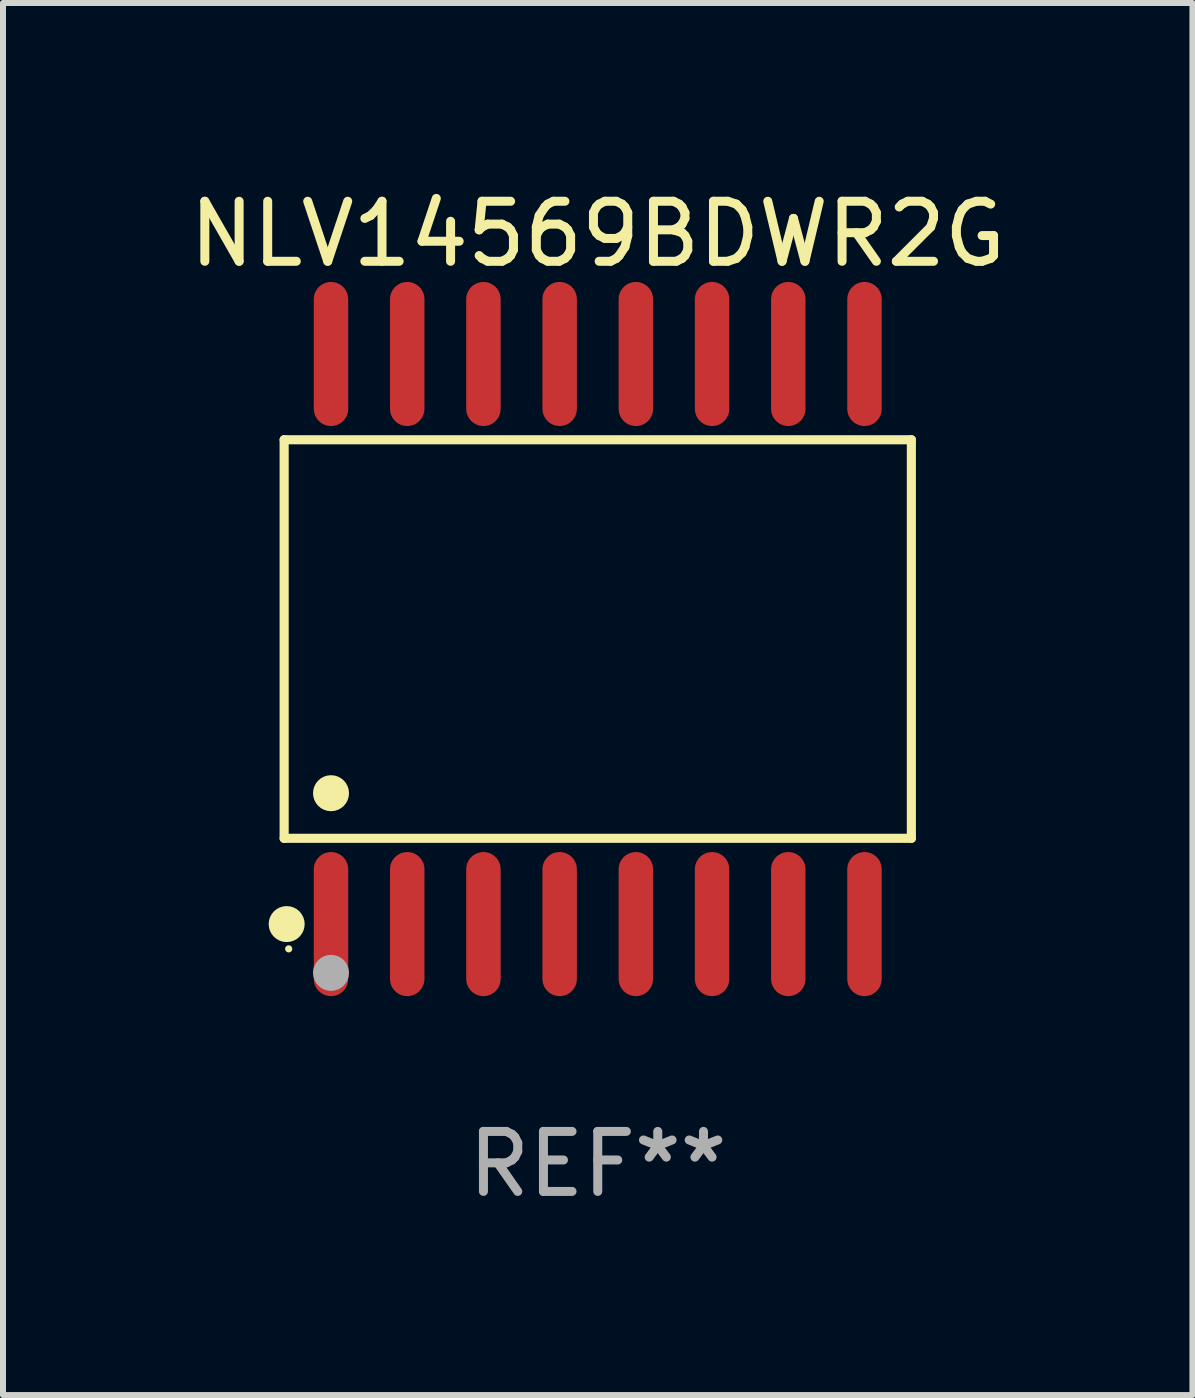
<source format=kicad_pcb>
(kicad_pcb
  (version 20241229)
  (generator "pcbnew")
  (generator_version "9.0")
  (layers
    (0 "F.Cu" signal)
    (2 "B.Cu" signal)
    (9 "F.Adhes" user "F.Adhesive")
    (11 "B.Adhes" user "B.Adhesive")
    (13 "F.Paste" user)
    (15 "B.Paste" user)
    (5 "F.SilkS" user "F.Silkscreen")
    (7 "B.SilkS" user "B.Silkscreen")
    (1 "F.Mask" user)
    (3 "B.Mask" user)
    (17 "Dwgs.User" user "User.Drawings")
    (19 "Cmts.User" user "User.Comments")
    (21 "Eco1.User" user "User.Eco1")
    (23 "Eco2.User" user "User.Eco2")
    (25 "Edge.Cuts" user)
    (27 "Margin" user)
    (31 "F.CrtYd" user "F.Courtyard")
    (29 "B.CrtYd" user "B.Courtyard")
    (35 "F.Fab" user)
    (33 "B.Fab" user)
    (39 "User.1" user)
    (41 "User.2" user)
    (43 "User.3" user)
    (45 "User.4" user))
  (footprint "NLV14569BDWR2G"
    (layer "F.Cu")
    (at 6.911 7.599)
    (property "Reference" "NLV14569BDWR2G" (at 0 -6.75 0) (layer "F.SilkS") (effects (font (size 1 1) (thickness 0.15))))
    (attr through_hole)
    (fp_line (start -5.226 -3.321) (end 5.226 -3.321) (stroke (width 0.152) (type solid)) (layer "F.SilkS"))
    (fp_line (start -5.226 3.321) (end -5.226 -3.321) (stroke (width 0.152) (type solid)) (layer "F.SilkS"))
    (fp_line (start 5.226 -3.321) (end 5.226 3.321) (stroke (width 0.152) (type solid)) (layer "F.SilkS"))
    (fp_line (start 5.226 3.321) (end -5.226 3.321) (stroke (width 0.152) (type solid)) (layer "F.SilkS"))
    (fp_circle (center -5.184 4.75) (end -5.034 4.75) (stroke (width 0.3) (type solid)) (fill no) (layer "F.SilkS"))
    (fp_circle (center -5.15 5.163) (end -5.12 5.163) (stroke (width 0.06) (type solid)) (fill no) (layer "F.SilkS"))
    (fp_circle (center -4.445 2.569) (end -4.295 2.569) (stroke (width 0.3) (type solid)) (fill no) (layer "F.SilkS"))
    (fp_circle (center -4.445 5.563) (end -4.295 5.563) (stroke (width 0.3) (type solid)) (fill no) (layer "F.Fab"))
    (fp_text user "REF**" (at 0 8.75 0) (layer "F.Fab") (effects (font (size 1 1) (thickness 0.15))))
    (pad "1" smd oval (at -4.445 4.75) (size 0.574 2.401) (layers "F.Cu" "F.Mask" "F.Paste"))
    (pad "2" smd oval (at -3.175 4.75) (size 0.574 2.401) (layers "F.Cu" "F.Mask" "F.Paste"))
    (pad "3" smd oval (at -1.905 4.75) (size 0.574 2.401) (layers "F.Cu" "F.Mask" "F.Paste"))
    (pad "4" smd oval (at -0.635 4.75) (size 0.574 2.401) (layers "F.Cu" "F.Mask" "F.Paste"))
    (pad "5" smd oval (at 0.635 4.75) (size 0.574 2.401) (layers "F.Cu" "F.Mask" "F.Paste"))
    (pad "6" smd oval (at 1.905 4.75) (size 0.574 2.401) (layers "F.Cu" "F.Mask" "F.Paste"))
    (pad "7" smd oval (at 3.175 4.75) (size 0.574 2.401) (layers "F.Cu" "F.Mask" "F.Paste"))
    (pad "8" smd oval (at 4.445 4.75) (size 0.574 2.401) (layers "F.Cu" "F.Mask" "F.Paste"))
    (pad "9" smd oval (at 4.445 -4.75) (size 0.574 2.401) (layers "F.Cu" "F.Mask" "F.Paste"))
    (pad "10" smd oval (at 3.175 -4.75) (size 0.574 2.401) (layers "F.Cu" "F.Mask" "F.Paste"))
    (pad "11" smd oval (at 1.905 -4.75) (size 0.574 2.401) (layers "F.Cu" "F.Mask" "F.Paste"))
    (pad "12" smd oval (at 0.635 -4.75) (size 0.574 2.401) (layers "F.Cu" "F.Mask" "F.Paste"))
    (pad "13" smd oval (at -0.635 -4.75) (size 0.574 2.401) (layers "F.Cu" "F.Mask" "F.Paste"))
    (pad "14" smd oval (at -1.905 -4.75) (size 0.574 2.401) (layers "F.Cu" "F.Mask" "F.Paste"))
    (pad "15" smd oval (at -3.175 -4.75) (size 0.574 2.401) (layers "F.Cu" "F.Mask" "F.Paste"))
    (pad "16" smd oval (at -4.445 -4.75) (size 0.574 2.401) (layers "F.Cu" "F.Mask" "F.Paste")))
  (gr_rect
    (start -3 -3)
    (end 16.821 20.197)
    (stroke (width 0.1) (type default))
    (fill no)
    (layer "Edge.Cuts")))
</source>
